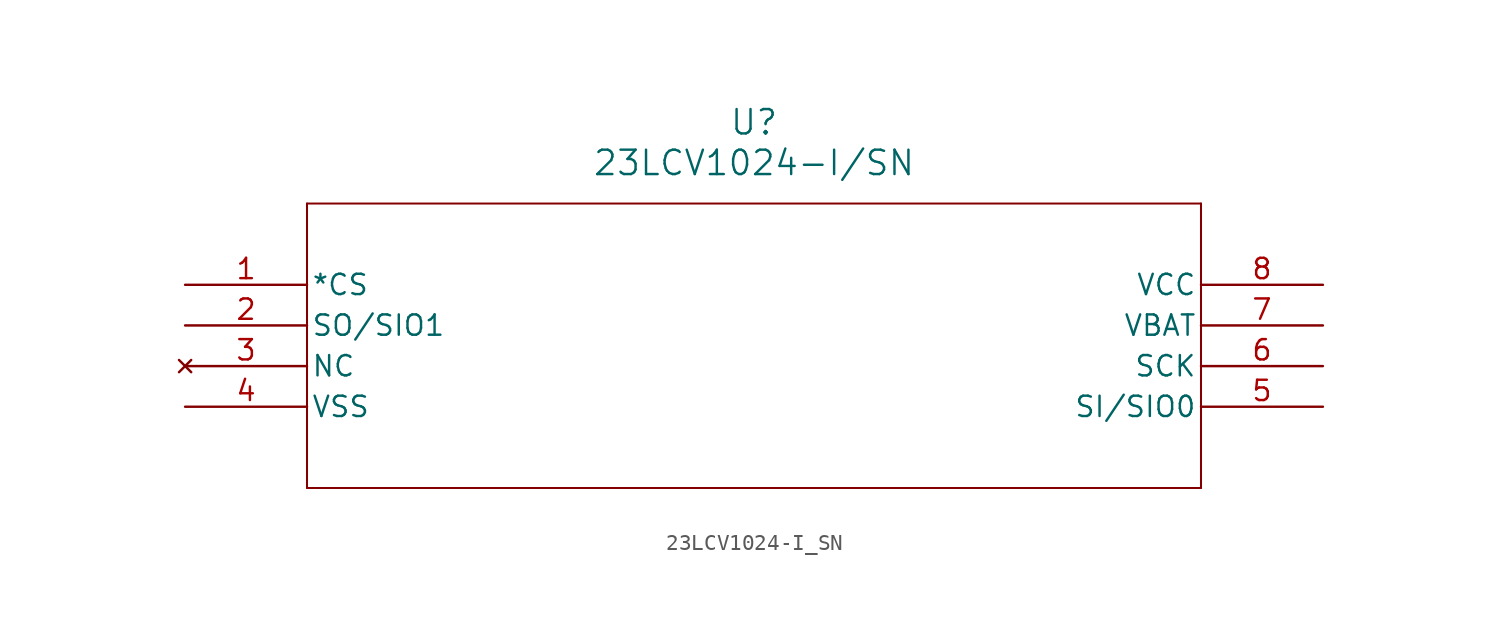
<source format=kicad_sym>
(kicad_symbol_lib
  (version 20211014)
  (generator kicad_symbol_editor)
  (symbol "23LCV1024-I_SN"
    (pin_names
      (offset 0.254))
    (property "Reference" "U"
      (at 35.56 10.16 0)
      (effects (font (size 1.524 1.524))))
    (property "Value" "23LCV1024-I/SN"
      (at 35.56 7.62 0)
      (effects (font (size 1.524 1.524))))
    (symbol "23LCV1024-I_SN_0_1"
      (polyline (pts (xy 7.62 5.08) (xy 7.62 -12.7)) (stroke (width 0.127) (type default) (color 0 0 0 0)) (fill (type none)))
      (polyline (pts (xy 7.62 -12.7) (xy 63.5 -12.7)) (stroke (width 0.127) (type default) (color 0 0 0 0)) (fill (type none)))
      (polyline (pts (xy 63.5 -12.7) (xy 63.5 5.08)) (stroke (width 0.127) (type default) (color 0 0 0 0)) (fill (type none)))
      (polyline (pts (xy 63.5 5.08) (xy 7.62 5.08)) (stroke (width 0.127) (type default) (color 0 0 0 0)) (fill (type none)))
      (pin input line (at 0 0 0) (length 7.62) (name "*CS" (effects (font (size 1.27 1.27)))) (number "1" (effects (font (size 1.27 1.27)))))
      (pin bidirectional line (at 0 -2.54 0) (length 7.62) (name "SO/SIO1" (effects (font (size 1.27 1.27)))) (number "2" (effects (font (size 1.27 1.27)))))
      (pin no_connect line (at 0 -5.08 0) (length 7.62) (name "NC" (effects (font (size 1.27 1.27)))) (number "3" (effects (font (size 1.27 1.27)))))
      (pin power_in line (at 0 -7.62 0) (length 7.62) (name "VSS" (effects (font (size 1.27 1.27)))) (number "4" (effects (font (size 1.27 1.27)))))
      (pin bidirectional line (at 71.12 -7.62 180) (length 7.62) (name "SI/SIO0" (effects (font (size 1.27 1.27)))) (number "5" (effects (font (size 1.27 1.27)))))
      (pin unspecified line (at 71.12 -5.08 180) (length 7.62) (name "SCK" (effects (font (size 1.27 1.27)))) (number "6" (effects (font (size 1.27 1.27)))))
      (pin input line (at 71.12 -2.54 180) (length 7.62) (name "VBAT" (effects (font (size 1.27 1.27)))) (number "7" (effects (font (size 1.27 1.27)))))
      (pin power_in line (at 71.12 0 180) (length 7.62) (name "VCC" (effects (font (size 1.27 1.27)))) (number "8" (effects (font (size 1.27 1.27))))))))
</source>
